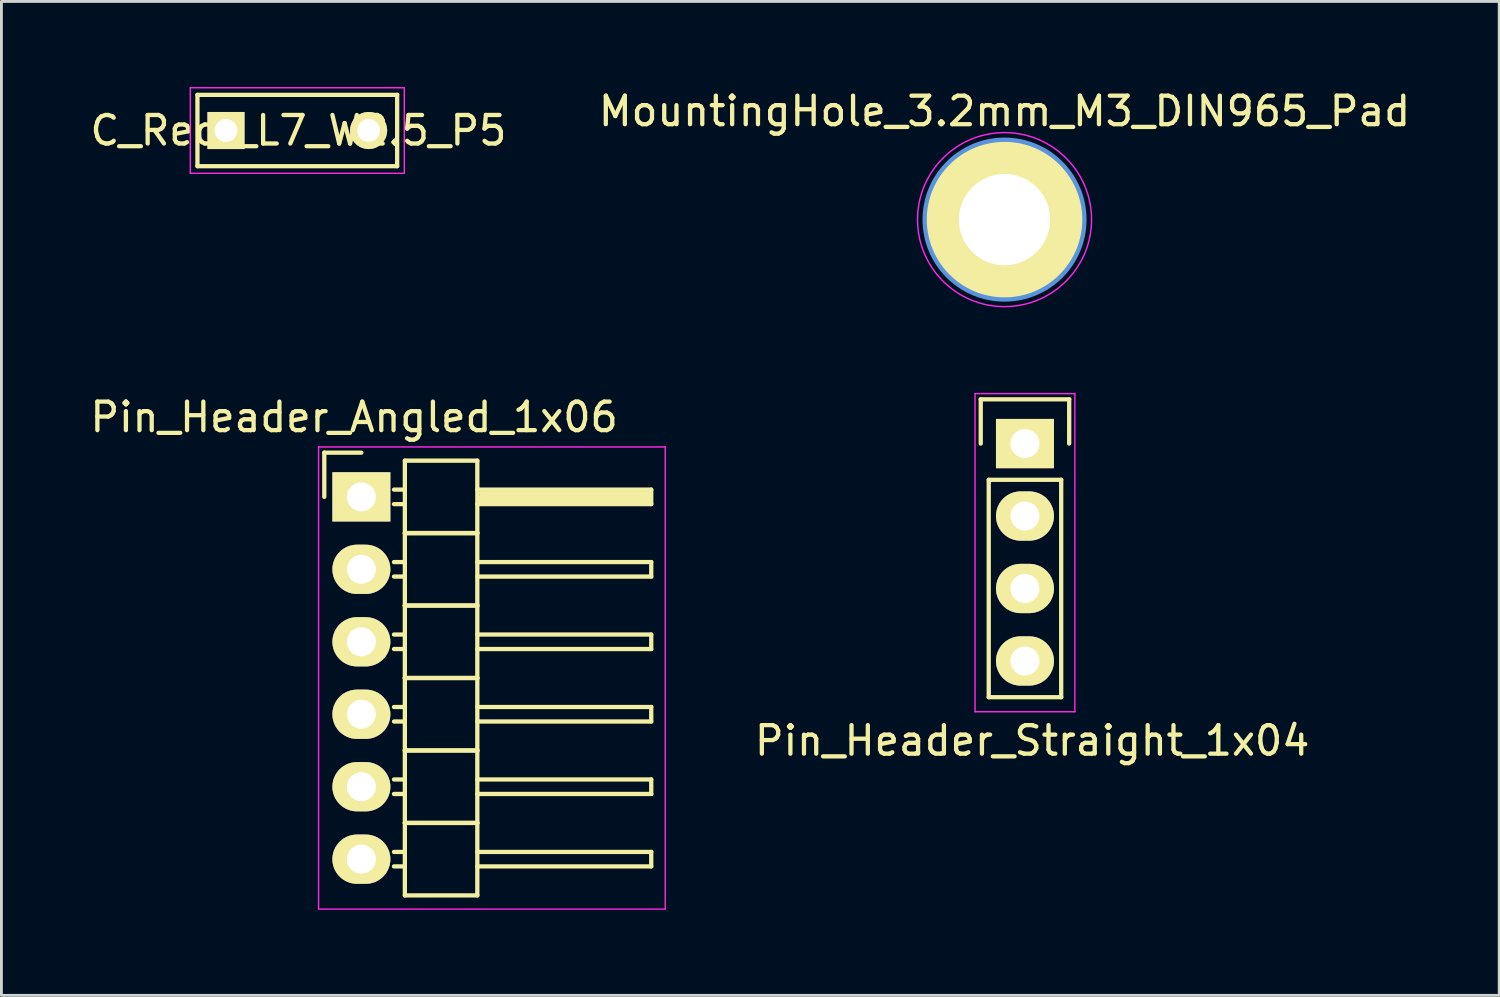
<source format=kicad_pcb>
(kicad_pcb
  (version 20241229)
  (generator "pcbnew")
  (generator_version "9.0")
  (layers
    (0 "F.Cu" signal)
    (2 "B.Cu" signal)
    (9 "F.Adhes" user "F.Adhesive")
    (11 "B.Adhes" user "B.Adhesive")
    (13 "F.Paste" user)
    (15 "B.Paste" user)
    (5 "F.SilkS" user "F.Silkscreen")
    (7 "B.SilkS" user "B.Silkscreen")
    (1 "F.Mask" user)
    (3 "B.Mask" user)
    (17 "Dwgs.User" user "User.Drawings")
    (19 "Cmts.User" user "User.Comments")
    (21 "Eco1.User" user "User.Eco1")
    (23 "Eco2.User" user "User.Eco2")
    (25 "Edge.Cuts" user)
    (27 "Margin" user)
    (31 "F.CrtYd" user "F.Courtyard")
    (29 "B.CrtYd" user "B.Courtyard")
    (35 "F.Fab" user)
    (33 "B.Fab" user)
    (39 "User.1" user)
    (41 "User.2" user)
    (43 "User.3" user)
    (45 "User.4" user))
  (footprint "Pin_Header_Angled_1x06"
    (layer "F.Cu")
    (at 9.617 14.366)
    (property "Reference" "Pin_Header_Angled_1x06" (at -0.254 -2.794 0) (layer "F.SilkS") (effects (font (size 1 1) (thickness 0.15))))
    (attr through_hole)
    (fp_line (start -1.3 -1.55) (end -1.3 0) (stroke (width 0.15) (type solid)) (layer "F.SilkS"))
    (fp_line (start 0 -1.55) (end -1.3 -1.55) (stroke (width 0.15) (type solid)) (layer "F.SilkS"))
    (fp_line (start 1.524 -1.27) (end 1.524 1.27) (stroke (width 0.15) (type solid)) (layer "F.SilkS"))
    (fp_line (start 1.524 -1.27) (end 4.064 -1.27) (stroke (width 0.15) (type solid)) (layer "F.SilkS"))
    (fp_line (start 1.524 -0.254) (end 1.143 -0.254) (stroke (width 0.15) (type solid)) (layer "F.SilkS"))
    (fp_line (start 1.524 0.254) (end 1.143 0.254) (stroke (width 0.15) (type solid)) (layer "F.SilkS"))
    (fp_line (start 1.524 1.27) (end 1.524 3.81) (stroke (width 0.15) (type solid)) (layer "F.SilkS"))
    (fp_line (start 1.524 1.27) (end 4.064 1.27) (stroke (width 0.15) (type solid)) (layer "F.SilkS"))
    (fp_line (start 1.524 1.27) (end 4.064 1.27) (stroke (width 0.15) (type solid)) (layer "F.SilkS"))
    (fp_line (start 1.524 2.286) (end 1.143 2.286) (stroke (width 0.15) (type solid)) (layer "F.SilkS"))
    (fp_line (start 1.524 2.794) (end 1.143 2.794) (stroke (width 0.15) (type solid)) (layer "F.SilkS"))
    (fp_line (start 1.524 3.81) (end 1.524 6.35) (stroke (width 0.15) (type solid)) (layer "F.SilkS"))
    (fp_line (start 1.524 3.81) (end 4.064 3.81) (stroke (width 0.15) (type solid)) (layer "F.SilkS"))
    (fp_line (start 1.524 3.81) (end 4.064 3.81) (stroke (width 0.15) (type solid)) (layer "F.SilkS"))
    (fp_line (start 1.524 4.826) (end 1.143 4.826) (stroke (width 0.15) (type solid)) (layer "F.SilkS"))
    (fp_line (start 1.524 5.334) (end 1.143 5.334) (stroke (width 0.15) (type solid)) (layer "F.SilkS"))
    (fp_line (start 1.524 6.35) (end 1.524 8.89) (stroke (width 0.15) (type solid)) (layer "F.SilkS"))
    (fp_line (start 1.524 6.35) (end 4.064 6.35) (stroke (width 0.15) (type solid)) (layer "F.SilkS"))
    (fp_line (start 1.524 6.35) (end 4.064 6.35) (stroke (width 0.15) (type solid)) (layer "F.SilkS"))
    (fp_line (start 1.524 7.366) (end 1.143 7.366) (stroke (width 0.15) (type solid)) (layer "F.SilkS"))
    (fp_line (start 1.524 7.874) (end 1.143 7.874) (stroke (width 0.15) (type solid)) (layer "F.SilkS"))
    (fp_line (start 1.524 8.89) (end 1.524 11.43) (stroke (width 0.15) (type solid)) (layer "F.SilkS"))
    (fp_line (start 1.524 8.89) (end 4.064 8.89) (stroke (width 0.15) (type solid)) (layer "F.SilkS"))
    (fp_line (start 1.524 8.89) (end 4.064 8.89) (stroke (width 0.15) (type solid)) (layer "F.SilkS"))
    (fp_line (start 1.524 9.906) (end 1.143 9.906) (stroke (width 0.15) (type solid)) (layer "F.SilkS"))
    (fp_line (start 1.524 10.414) (end 1.143 10.414) (stroke (width 0.15) (type solid)) (layer "F.SilkS"))
    (fp_line (start 1.524 11.43) (end 1.524 13.97) (stroke (width 0.15) (type solid)) (layer "F.SilkS"))
    (fp_line (start 1.524 11.43) (end 4.064 11.43) (stroke (width 0.15) (type solid)) (layer "F.SilkS"))
    (fp_line (start 1.524 11.43) (end 4.064 11.43) (stroke (width 0.15) (type solid)) (layer "F.SilkS"))
    (fp_line (start 1.524 12.446) (end 1.143 12.446) (stroke (width 0.15) (type solid)) (layer "F.SilkS"))
    (fp_line (start 1.524 12.954) (end 1.143 12.954) (stroke (width 0.15) (type solid)) (layer "F.SilkS"))
    (fp_line (start 1.524 13.97) (end 4.064 13.97) (stroke (width 0.15) (type solid)) (layer "F.SilkS"))
    (fp_line (start 4.064 -0.254) (end 10.16 -0.254) (stroke (width 0.15) (type solid)) (layer "F.SilkS"))
    (fp_line (start 4.064 1.27) (end 4.064 -1.27) (stroke (width 0.15) (type solid)) (layer "F.SilkS"))
    (fp_line (start 4.064 2.286) (end 10.16 2.286) (stroke (width 0.15) (type solid)) (layer "F.SilkS"))
    (fp_line (start 4.064 3.81) (end 4.064 1.27) (stroke (width 0.15) (type solid)) (layer "F.SilkS"))
    (fp_line (start 4.064 4.826) (end 10.16 4.826) (stroke (width 0.15) (type solid)) (layer "F.SilkS"))
    (fp_line (start 4.064 6.35) (end 4.064 3.81) (stroke (width 0.15) (type solid)) (layer "F.SilkS"))
    (fp_line (start 4.064 7.366) (end 10.16 7.366) (stroke (width 0.15) (type solid)) (layer "F.SilkS"))
    (fp_line (start 4.064 8.89) (end 4.064 6.35) (stroke (width 0.15) (type solid)) (layer "F.SilkS"))
    (fp_line (start 4.064 9.906) (end 10.16 9.906) (stroke (width 0.15) (type solid)) (layer "F.SilkS"))
    (fp_line (start 4.064 11.43) (end 4.064 8.89) (stroke (width 0.15) (type solid)) (layer "F.SilkS"))
    (fp_line (start 4.064 12.446) (end 10.16 12.446) (stroke (width 0.15) (type solid)) (layer "F.SilkS"))
    (fp_line (start 4.064 13.97) (end 4.064 11.43) (stroke (width 0.15) (type solid)) (layer "F.SilkS"))
    (fp_line (start 4.191 -0.127) (end 10.033 -0.127) (stroke (width 0.15) (type solid)) (layer "F.SilkS"))
    (fp_line (start 4.191 0) (end 10.033 0) (stroke (width 0.15) (type solid)) (layer "F.SilkS"))
    (fp_line (start 4.191 0.127) (end 4.191 0) (stroke (width 0.15) (type solid)) (layer "F.SilkS"))
    (fp_line (start 10.033 -0.127) (end 10.033 0.127) (stroke (width 0.15) (type solid)) (layer "F.SilkS"))
    (fp_line (start 10.033 0.127) (end 4.191 0.127) (stroke (width 0.15) (type solid)) (layer "F.SilkS"))
    (fp_line (start 10.16 -0.254) (end 10.16 0.254) (stroke (width 0.15) (type solid)) (layer "F.SilkS"))
    (fp_line (start 10.16 0.254) (end 4.064 0.254) (stroke (width 0.15) (type solid)) (layer "F.SilkS"))
    (fp_line (start 10.16 2.286) (end 10.16 2.794) (stroke (width 0.15) (type solid)) (layer "F.SilkS"))
    (fp_line (start 10.16 2.794) (end 4.064 2.794) (stroke (width 0.15) (type solid)) (layer "F.SilkS"))
    (fp_line (start 10.16 4.826) (end 10.16 5.334) (stroke (width 0.15) (type solid)) (layer "F.SilkS"))
    (fp_line (start 10.16 5.334) (end 4.064 5.334) (stroke (width 0.15) (type solid)) (layer "F.SilkS"))
    (fp_line (start 10.16 7.366) (end 10.16 7.874) (stroke (width 0.15) (type solid)) (layer "F.SilkS"))
    (fp_line (start 10.16 7.874) (end 4.064 7.874) (stroke (width 0.15) (type solid)) (layer "F.SilkS"))
    (fp_line (start 10.16 9.906) (end 10.16 10.414) (stroke (width 0.15) (type solid)) (layer "F.SilkS"))
    (fp_line (start 10.16 10.414) (end 4.064 10.414) (stroke (width 0.15) (type solid)) (layer "F.SilkS"))
    (fp_line (start 10.16 12.446) (end 10.16 12.954) (stroke (width 0.15) (type solid)) (layer "F.SilkS"))
    (fp_line (start 10.16 12.954) (end 4.064 12.954) (stroke (width 0.15) (type solid)) (layer "F.SilkS"))
    (fp_line (start -1.5 -1.75) (end -1.5 14.45) (stroke (width 0.05) (type solid)) (layer "F.CrtYd"))
    (fp_line (start -1.5 -1.75) (end 10.65 -1.75) (stroke (width 0.05) (type solid)) (layer "F.CrtYd"))
    (fp_line (start -1.5 14.45) (end 10.65 14.45) (stroke (width 0.05) (type solid)) (layer "F.CrtYd"))
    (fp_line (start 10.65 -1.75) (end 10.65 14.45) (stroke (width 0.05) (type solid)) (layer "F.CrtYd"))
    (pad "1" thru_hole rect (at 0 0) (size 2.032 1.727) (drill 1.016) (layers "*.Cu" "*.Mask" "F.SilkS"))
    (pad "2" thru_hole oval (at 0 2.54) (size 2.032 1.727) (drill 1.016) (layers "*.Cu" "*.Mask" "F.SilkS"))
    (pad "3" thru_hole oval (at 0 5.08) (size 2.032 1.727) (drill 1.016) (layers "*.Cu" "*.Mask" "F.SilkS"))
    (pad "4" thru_hole oval (at 0 7.62) (size 2.032 1.727) (drill 1.016) (layers "*.Cu" "*.Mask" "F.SilkS"))
    (pad "5" thru_hole oval (at 0 10.16) (size 2.032 1.727) (drill 1.016) (layers "*.Cu" "*.Mask" "F.SilkS"))
    (pad "6" thru_hole oval (at 0 12.7) (size 2.032 1.727) (drill 1.016) (layers "*.Cu" "*.Mask" "F.SilkS")))
  (footprint "C_Rect_L7_W2.5_P5"
    (layer "F.Cu")
    (at 4.871 1.525)
    (property "Reference" "C_Rect_L7_W2.5_P5" (at 2.54 0 0) (layer "F.SilkS") (effects (font (size 1 1) (thickness 0.15))))
    (attr through_hole)
    (fp_line (start -1 -1.25) (end 6 -1.25) (stroke (width 0.15) (type solid)) (layer "F.SilkS"))
    (fp_line (start -1 1.25) (end -1 -1.25) (stroke (width 0.15) (type solid)) (layer "F.SilkS"))
    (fp_line (start 6 -1.25) (end 6 1.25) (stroke (width 0.15) (type solid)) (layer "F.SilkS"))
    (fp_line (start 6 1.25) (end -1 1.25) (stroke (width 0.15) (type solid)) (layer "F.SilkS"))
    (fp_line (start -1.25 -1.5) (end 6.25 -1.5) (stroke (width 0.05) (type solid)) (layer "F.CrtYd"))
    (fp_line (start -1.25 1.5) (end -1.25 -1.5) (stroke (width 0.05) (type solid)) (layer "F.CrtYd"))
    (fp_line (start 6.25 -1.5) (end 6.25 1.5) (stroke (width 0.05) (type solid)) (layer "F.CrtYd"))
    (fp_line (start 6.25 1.5) (end -1.25 1.5) (stroke (width 0.05) (type solid)) (layer "F.CrtYd"))
    (pad "1" thru_hole rect (at 0 0) (size 1.3 1.3) (drill 0.8) (layers "*.Cu" "*.Mask" "F.SilkS"))
    (pad "2" thru_hole circle (at 5 0) (size 1.3 1.3) (drill 0.8) (layers "*.Cu" "*.Mask" "F.SilkS")))
  (footprint "MountingHole_3.2mm_M3_DIN965_Pad"
    (layer "F.Cu")
    (at 32.161 4.648)
    (property "Reference" "MountingHole_3.2mm_M3_DIN965_Pad" (at 0 -3.8 0) (layer "F.SilkS") (effects (font (size 1 1) (thickness 0.15))))
    (attr through_hole)
    (fp_circle (center 0 0) (end 2.8 0) (stroke (width 0.15) (type solid)) (fill no) (layer "Cmts.User"))
    (fp_circle (center 0 0) (end 3.05 0) (stroke (width 0.05) (type solid)) (fill no) (layer "F.CrtYd"))
    (pad "1" thru_hole circle (at 0 0) (size 5.6 5.6) (drill 3.2) (layers "*.Cu" "*.Mask" "F.SilkS")))
  (footprint "Pin_Header_Straight_1x04"
    (layer "F.Cu")
    (at 32.877 12.498)
    (property "Reference" "Pin_Header_Straight_1x04" (at 0.254 10.414 0) (layer "F.SilkS") (effects (font (size 1 1) (thickness 0.15))))
    (attr through_hole)
    (fp_line (start -1.55 -1.55) (end 1.55 -1.55) (stroke (width 0.15) (type solid)) (layer "F.SilkS"))
    (fp_line (start -1.55 0) (end -1.55 -1.55) (stroke (width 0.15) (type solid)) (layer "F.SilkS"))
    (fp_line (start -1.27 1.27) (end -1.27 8.89) (stroke (width 0.15) (type solid)) (layer "F.SilkS"))
    (fp_line (start -1.27 8.89) (end 1.27 8.89) (stroke (width 0.15) (type solid)) (layer "F.SilkS"))
    (fp_line (start 1.27 1.27) (end -1.27 1.27) (stroke (width 0.15) (type solid)) (layer "F.SilkS"))
    (fp_line (start 1.27 1.27) (end 1.27 8.89) (stroke (width 0.15) (type solid)) (layer "F.SilkS"))
    (fp_line (start 1.55 -1.55) (end 1.55 0) (stroke (width 0.15) (type solid)) (layer "F.SilkS"))
    (fp_line (start -1.75 -1.75) (end -1.75 9.4) (stroke (width 0.05) (type solid)) (layer "F.CrtYd"))
    (fp_line (start -1.75 -1.75) (end 1.75 -1.75) (stroke (width 0.05) (type solid)) (layer "F.CrtYd"))
    (fp_line (start -1.75 9.4) (end 1.75 9.4) (stroke (width 0.05) (type solid)) (layer "F.CrtYd"))
    (fp_line (start 1.75 -1.75) (end 1.75 9.4) (stroke (width 0.05) (type solid)) (layer "F.CrtYd"))
    (pad "1" thru_hole rect (at 0 0) (size 2.032 1.727) (drill 1.016) (layers "*.Cu" "*.Mask" "F.SilkS"))
    (pad "2" thru_hole oval (at 0 2.54) (size 2.032 1.727) (drill 1.016) (layers "*.Cu" "*.Mask" "F.SilkS"))
    (pad "3" thru_hole oval (at 0 5.08) (size 2.032 1.727) (drill 1.016) (layers "*.Cu" "*.Mask" "F.SilkS"))
    (pad "4" thru_hole oval (at 0 7.62) (size 2.032 1.727) (drill 1.016) (layers "*.Cu" "*.Mask" "F.SilkS")))
  (gr_rect
    (start -3 -3)
    (end 49.5 31.84)
    (stroke (width 0.1) (type default))
    (fill no)
    (layer "Edge.Cuts")))
</source>
